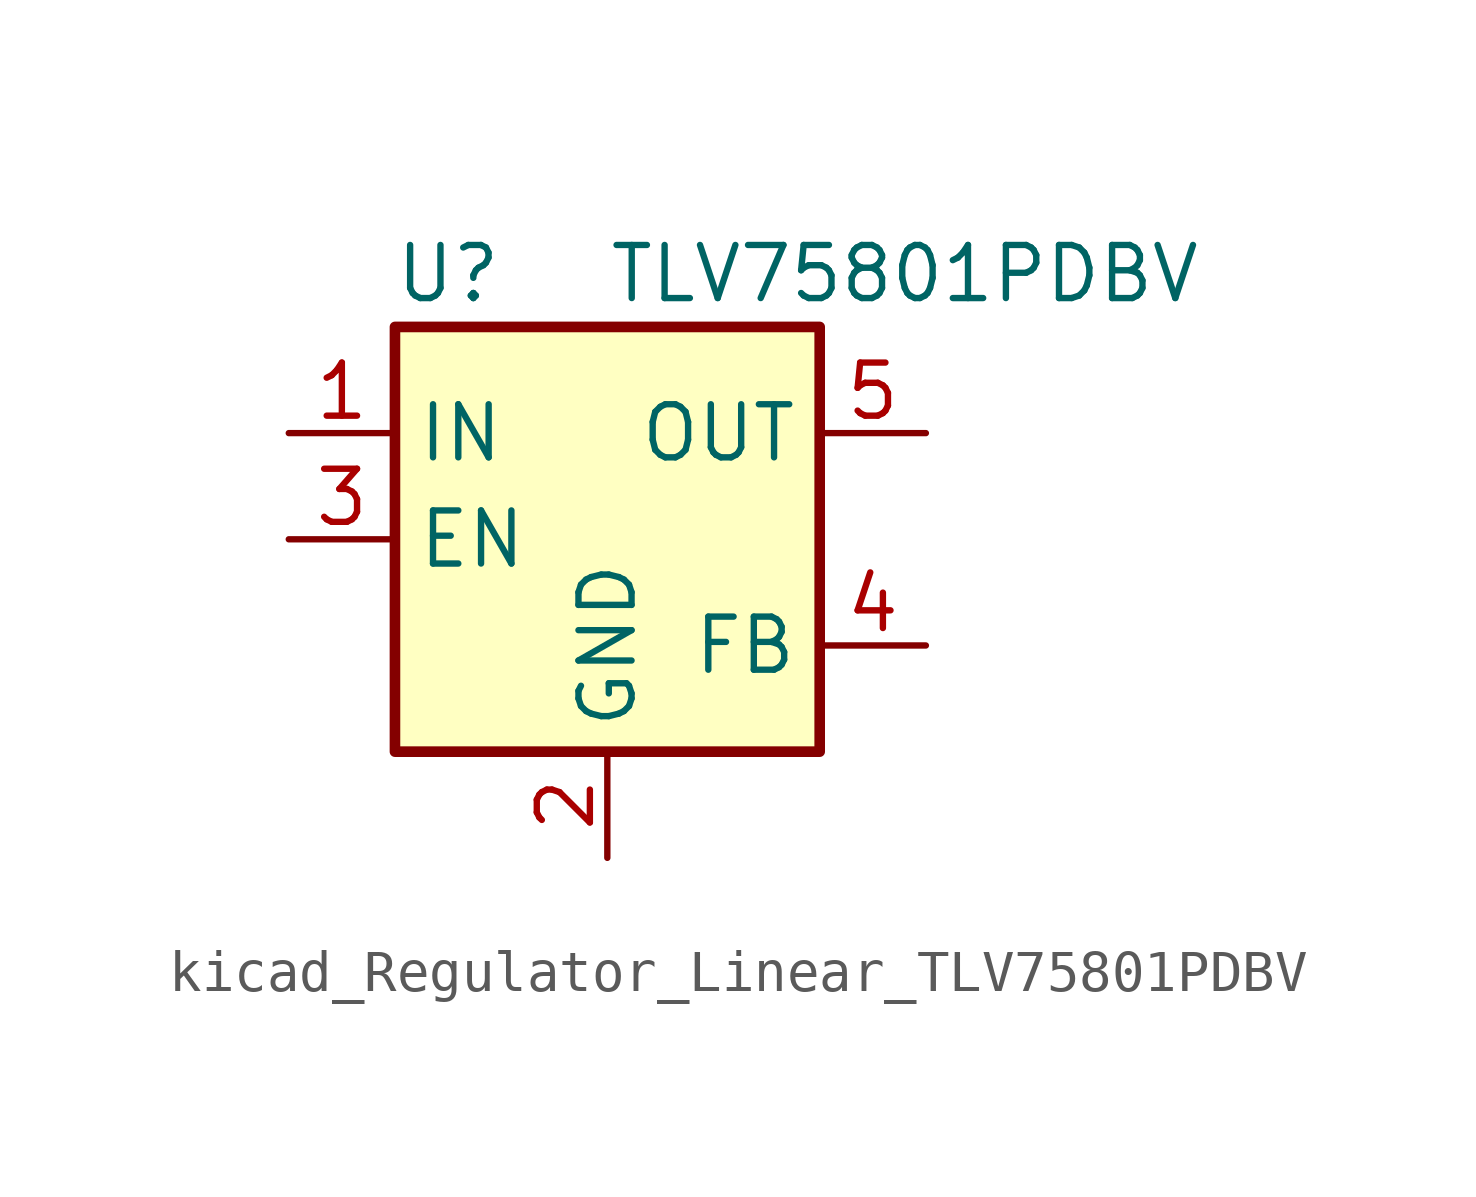
<source format=kicad_sym>
(kicad_symbol_lib
  (version 20220914)
  (generator kicad_symbol_editor)
  (symbol "kicad_Regulator_Linear_TLV75801PDBV"
    (property "Reference" "U"
      (at -3.81 6.35 0)
      (effects (font (size 1.27 1.27))))
    (property "Value" "TLV75801PDBV"
      (at 0 6.35 0)
      (effects (font (size 1.27 1.27)) (justify left)))
    (symbol "kicad_Regulator_Linear_TLV75801PDBV_0_1"
      (rectangle (start 5.08 -5.08) (end -5.08 5.08) (stroke (width 0.254) (type default)) (fill (type background))))
    (symbol "kicad_Regulator_Linear_TLV75801PDBV_1_1"
      (pin power_in line (at -7.62 2.54 0) (length 2.54) (name "IN" (effects (font (size 1.27 1.27)))) (number "1" (effects (font (size 1.27 1.27)))))
      (pin power_in line (at 0 -7.62 90) (length 2.54) (name "GND" (effects (font (size 1.27 1.27)))) (number "2" (effects (font (size 1.27 1.27)))))
      (pin input line (at -7.62 0 0) (length 2.54) (name "EN" (effects (font (size 1.27 1.27)))) (number "3" (effects (font (size 1.27 1.27)))))
      (pin input line (at 7.62 -2.54 180) (length 2.54) (name "FB" (effects (font (size 1.27 1.27)))) (number "4" (effects (font (size 1.27 1.27)))))
      (pin power_out line (at 7.62 2.54 180) (length 2.54) (name "OUT" (effects (font (size 1.27 1.27)))) (number "5" (effects (font (size 1.27 1.27))))))))
</source>
